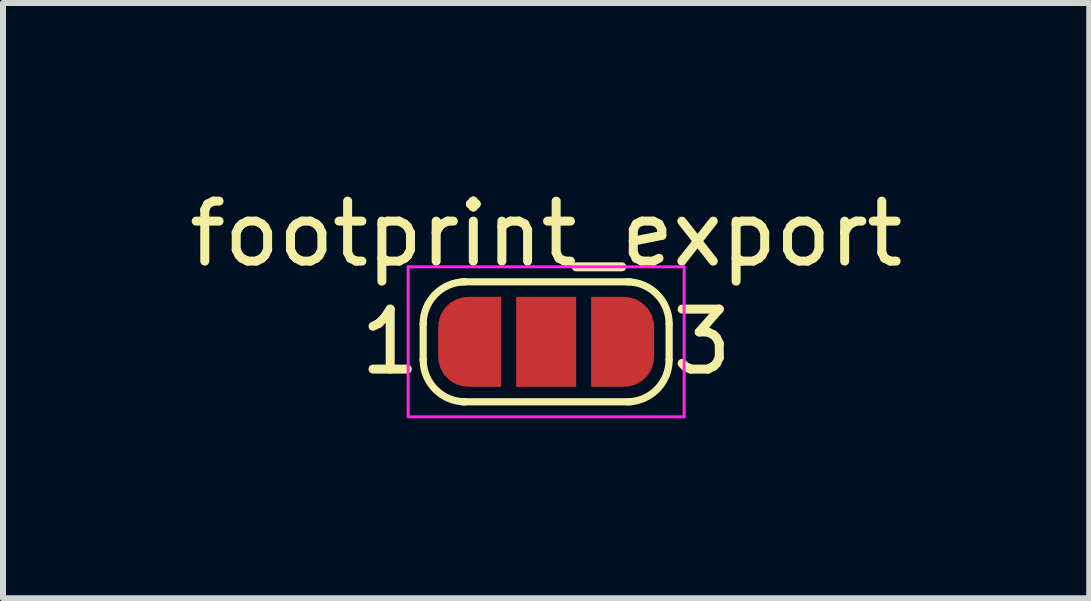
<source format=kicad_pcb>
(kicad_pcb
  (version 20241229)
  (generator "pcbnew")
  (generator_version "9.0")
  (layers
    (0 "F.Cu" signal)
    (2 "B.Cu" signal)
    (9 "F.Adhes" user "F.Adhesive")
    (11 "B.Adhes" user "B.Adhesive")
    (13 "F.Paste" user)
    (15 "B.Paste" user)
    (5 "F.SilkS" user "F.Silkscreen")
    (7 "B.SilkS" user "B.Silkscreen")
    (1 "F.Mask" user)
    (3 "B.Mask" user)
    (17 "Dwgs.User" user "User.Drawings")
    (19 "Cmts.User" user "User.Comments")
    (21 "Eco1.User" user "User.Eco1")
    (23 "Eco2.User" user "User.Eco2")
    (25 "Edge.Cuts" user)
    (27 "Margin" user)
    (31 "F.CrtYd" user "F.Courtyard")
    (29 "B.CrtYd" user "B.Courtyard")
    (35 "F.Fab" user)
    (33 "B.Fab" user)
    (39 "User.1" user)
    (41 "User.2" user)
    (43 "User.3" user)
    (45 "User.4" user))
  (footprint "footprint_export"
    (layer "F.Cu")
    (at 6.054 2.648)
    (property "Reference" "footprint_export" (at 0 -1.8 0) (layer "F.SilkS") (effects (font (size 1 1) (thickness 0.15))))
    (attr exclude_from_pos_files exclude_from_bom)
    (fp_line (start -2.05 0.3) (end -2.05 -0.3) (stroke (width 0.12) (type solid)) (layer "F.SilkS"))
    (fp_line (start -1.4 -1) (end 1.4 -1) (stroke (width 0.12) (type solid)) (layer "F.SilkS"))
    (fp_line (start 1.4 1) (end -1.4 1) (stroke (width 0.12) (type solid)) (layer "F.SilkS"))
    (fp_line (start 2.05 -0.3) (end 2.05 0.3) (stroke (width 0.12) (type solid)) (layer "F.SilkS"))
    (fp_arc (start -2.05 -0.3) (mid -1.844975 -0.794975) (end -1.35 -1) (stroke (width 0.12) (type solid)) (layer "F.SilkS"))
    (fp_arc (start -1.35 1) (mid -1.844975 0.794975) (end -2.05 0.3) (stroke (width 0.12) (type solid)) (layer "F.SilkS"))
    (fp_arc (start 1.35 -1) (mid 1.844975 -0.794975) (end 2.05 -0.3) (stroke (width 0.12) (type solid)) (layer "F.SilkS"))
    (fp_arc (start 2.05 0.3) (mid 1.844975 0.794975) (end 1.35 1) (stroke (width 0.12) (type solid)) (layer "F.SilkS"))
    (fp_line (start -2.3 -1.25) (end -2.3 1.25) (stroke (width 0.05) (type solid)) (layer "F.CrtYd"))
    (fp_line (start -2.3 -1.25) (end 2.3 -1.25) (stroke (width 0.05) (type solid)) (layer "F.CrtYd"))
    (fp_line (start 2.3 1.25) (end -2.3 1.25) (stroke (width 0.05) (type solid)) (layer "F.CrtYd"))
    (fp_line (start 2.3 1.25) (end 2.3 -1.25) (stroke (width 0.05) (type solid)) (layer "F.CrtYd"))
    (fp_text user "1" (at -2.6 0 0) (layer "F.SilkS") (effects (font (size 1 1) (thickness 0.15))))
    (fp_text user "3" (at 2.6 0 0) (layer "F.SilkS") (effects (font (size 1 1) (thickness 0.15))))
    (pad "1" smd custom (at -1.3 0) (size 1 0.5) (layers "F.Cu" "F.Mask") (options (anchor rect)) (primitives (gr_circle (center 0 0.25) (end 0.5 0.25) (width 0) (fill yes)) (gr_circle (center 0 -0.25) (end 0.5 -0.25) (width 0) (fill yes)) (gr_poly (pts (xy 0.55 0.75) (xy 0 0.75) (xy 0 -0.75) (xy 0.55 -0.75)) (width 0) (fill yes))))
    (pad "2" smd rect (at 0 0) (size 1 1.5) (layers "F.Cu" "F.Mask"))
    (pad "3" smd custom (at 1.3 0) (size 1 0.5) (layers "F.Cu" "F.Mask") (options (anchor rect)) (primitives (gr_circle (center 0 0.25) (end 0.5 0.25) (width 0) (fill yes)) (gr_circle (center 0 -0.25) (end 0.5 -0.25) (width 0) (fill yes)) (gr_poly (pts (xy 0 0.75) (xy -0.55 0.75) (xy -0.55 -0.75) (xy 0 -0.75)) (width 0) (fill yes)))))
  (gr_rect
    (start -3 -3)
    (end 15.107 6.923)
    (stroke (width 0.1) (type default))
    (fill no)
    (layer "Edge.Cuts")))
</source>
